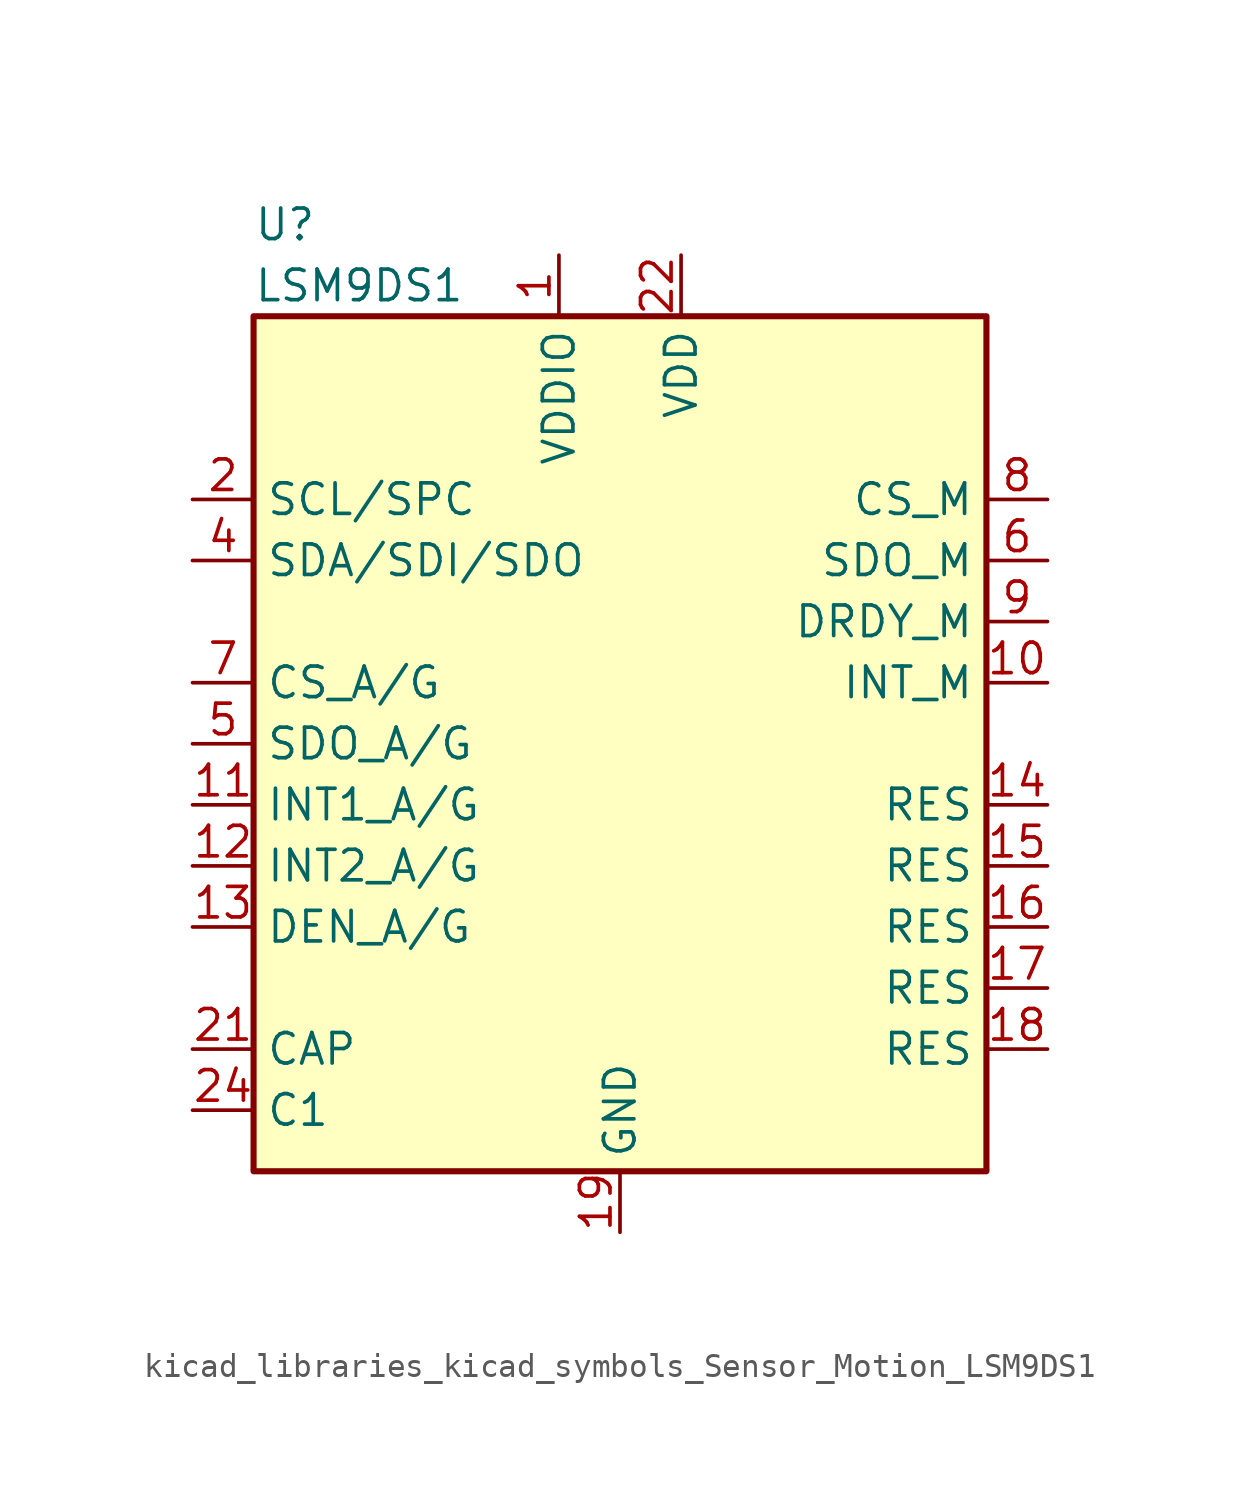
<source format=kicad_sym>
(kicad_symbol_lib
  (version 20220914)
  (generator kicad_symbol_editor)
  (symbol "kicad_libraries_kicad_symbols_Sensor_Motion_LSM9DS1"
    (property "Reference" "U"
      (at -15.24 21.59 0)
      (effects (font (size 1.27 1.27)) (justify left)))
    (property "Value" "LSM9DS1"
      (at -15.24 19.05 0)
      (effects (font (size 1.27 1.27)) (justify left)))
    (symbol "kicad_libraries_kicad_symbols_Sensor_Motion_LSM9DS1_0_1"
      (rectangle (start -15.24 17.78) (end 15.24 -17.78) (stroke (width 0.254) (type default)) (fill (type background))))
    (symbol "kicad_libraries_kicad_symbols_Sensor_Motion_LSM9DS1_1_1"
      (pin power_in line (at -2.54 20.32 270) (length 2.54) (name "VDDIO" (effects (font (size 1.27 1.27)))) (number "1" (effects (font (size 1.27 1.27)))))
      (pin output line (at 17.78 2.54 180) (length 2.54) (name "INT_M" (effects (font (size 1.27 1.27)))) (number "10" (effects (font (size 1.27 1.27)))))
      (pin output line (at -17.78 -2.54 0) (length 2.54) (name "INT1_A/G" (effects (font (size 1.27 1.27)))) (number "11" (effects (font (size 1.27 1.27)))))
      (pin output line (at -17.78 -5.08 0) (length 2.54) (name "INT2_A/G" (effects (font (size 1.27 1.27)))) (number "12" (effects (font (size 1.27 1.27)))))
      (pin input line (at -17.78 -7.62 0) (length 2.54) (name "DEN_A/G" (effects (font (size 1.27 1.27)))) (number "13" (effects (font (size 1.27 1.27)))))
      (pin bidirectional line (at 17.78 -2.54 180) (length 2.54) (name "RES" (effects (font (size 1.27 1.27)))) (number "14" (effects (font (size 1.27 1.27)))))
      (pin bidirectional line (at 17.78 -5.08 180) (length 2.54) (name "RES" (effects (font (size 1.27 1.27)))) (number "15" (effects (font (size 1.27 1.27)))))
      (pin bidirectional line (at 17.78 -7.62 180) (length 2.54) (name "RES" (effects (font (size 1.27 1.27)))) (number "16" (effects (font (size 1.27 1.27)))))
      (pin bidirectional line (at 17.78 -10.16 180) (length 2.54) (name "RES" (effects (font (size 1.27 1.27)))) (number "17" (effects (font (size 1.27 1.27)))))
      (pin bidirectional line (at 17.78 -12.7 180) (length 2.54) (name "RES" (effects (font (size 1.27 1.27)))) (number "18" (effects (font (size 1.27 1.27)))))
      (pin power_in line (at 0 -20.32 90) (length 2.54) (name "GND" (effects (font (size 1.27 1.27)))) (number "19" (effects (font (size 1.27 1.27)))))
      (pin input line (at -17.78 10.16 0) (length 2.54) (name "SCL/SPC" (effects (font (size 1.27 1.27)))) (number "2" (effects (font (size 1.27 1.27)))))
      (pin passive line (at 0 -20.32 90) (length 2.54) hide (name "GND" (effects (font (size 1.27 1.27)))) (number "20" (effects (font (size 1.27 1.27)))))
      (pin passive line (at -17.78 -12.7 0) (length 2.54) (name "CAP" (effects (font (size 1.27 1.27)))) (number "21" (effects (font (size 1.27 1.27)))))
      (pin power_in line (at 2.54 20.32 270) (length 2.54) (name "VDD" (effects (font (size 1.27 1.27)))) (number "22" (effects (font (size 1.27 1.27)))))
      (pin passive line (at 2.54 20.32 270) (length 2.54) hide (name "VDD" (effects (font (size 1.27 1.27)))) (number "23" (effects (font (size 1.27 1.27)))))
      (pin passive line (at -17.78 -15.24 0) (length 2.54) (name "C1" (effects (font (size 1.27 1.27)))) (number "24" (effects (font (size 1.27 1.27)))))
      (pin passive line (at -2.54 20.32 270) (length 2.54) hide (name "VDDIO" (effects (font (size 1.27 1.27)))) (number "3" (effects (font (size 1.27 1.27)))))
      (pin bidirectional line (at -17.78 7.62 0) (length 2.54) (name "SDA/SDI/SDO" (effects (font (size 1.27 1.27)))) (number "4" (effects (font (size 1.27 1.27)))))
      (pin output line (at -17.78 0 0) (length 2.54) (name "SDO_A/G" (effects (font (size 1.27 1.27)))) (number "5" (effects (font (size 1.27 1.27)))))
      (pin output line (at 17.78 7.62 180) (length 2.54) (name "SDO_M" (effects (font (size 1.27 1.27)))) (number "6" (effects (font (size 1.27 1.27)))))
      (pin input line (at -17.78 2.54 0) (length 2.54) (name "CS_A/G" (effects (font (size 1.27 1.27)))) (number "7" (effects (font (size 1.27 1.27)))))
      (pin input line (at 17.78 10.16 180) (length 2.54) (name "CS_M" (effects (font (size 1.27 1.27)))) (number "8" (effects (font (size 1.27 1.27)))))
      (pin output line (at 17.78 5.08 180) (length 2.54) (name "DRDY_M" (effects (font (size 1.27 1.27)))) (number "9" (effects (font (size 1.27 1.27))))))))
</source>
